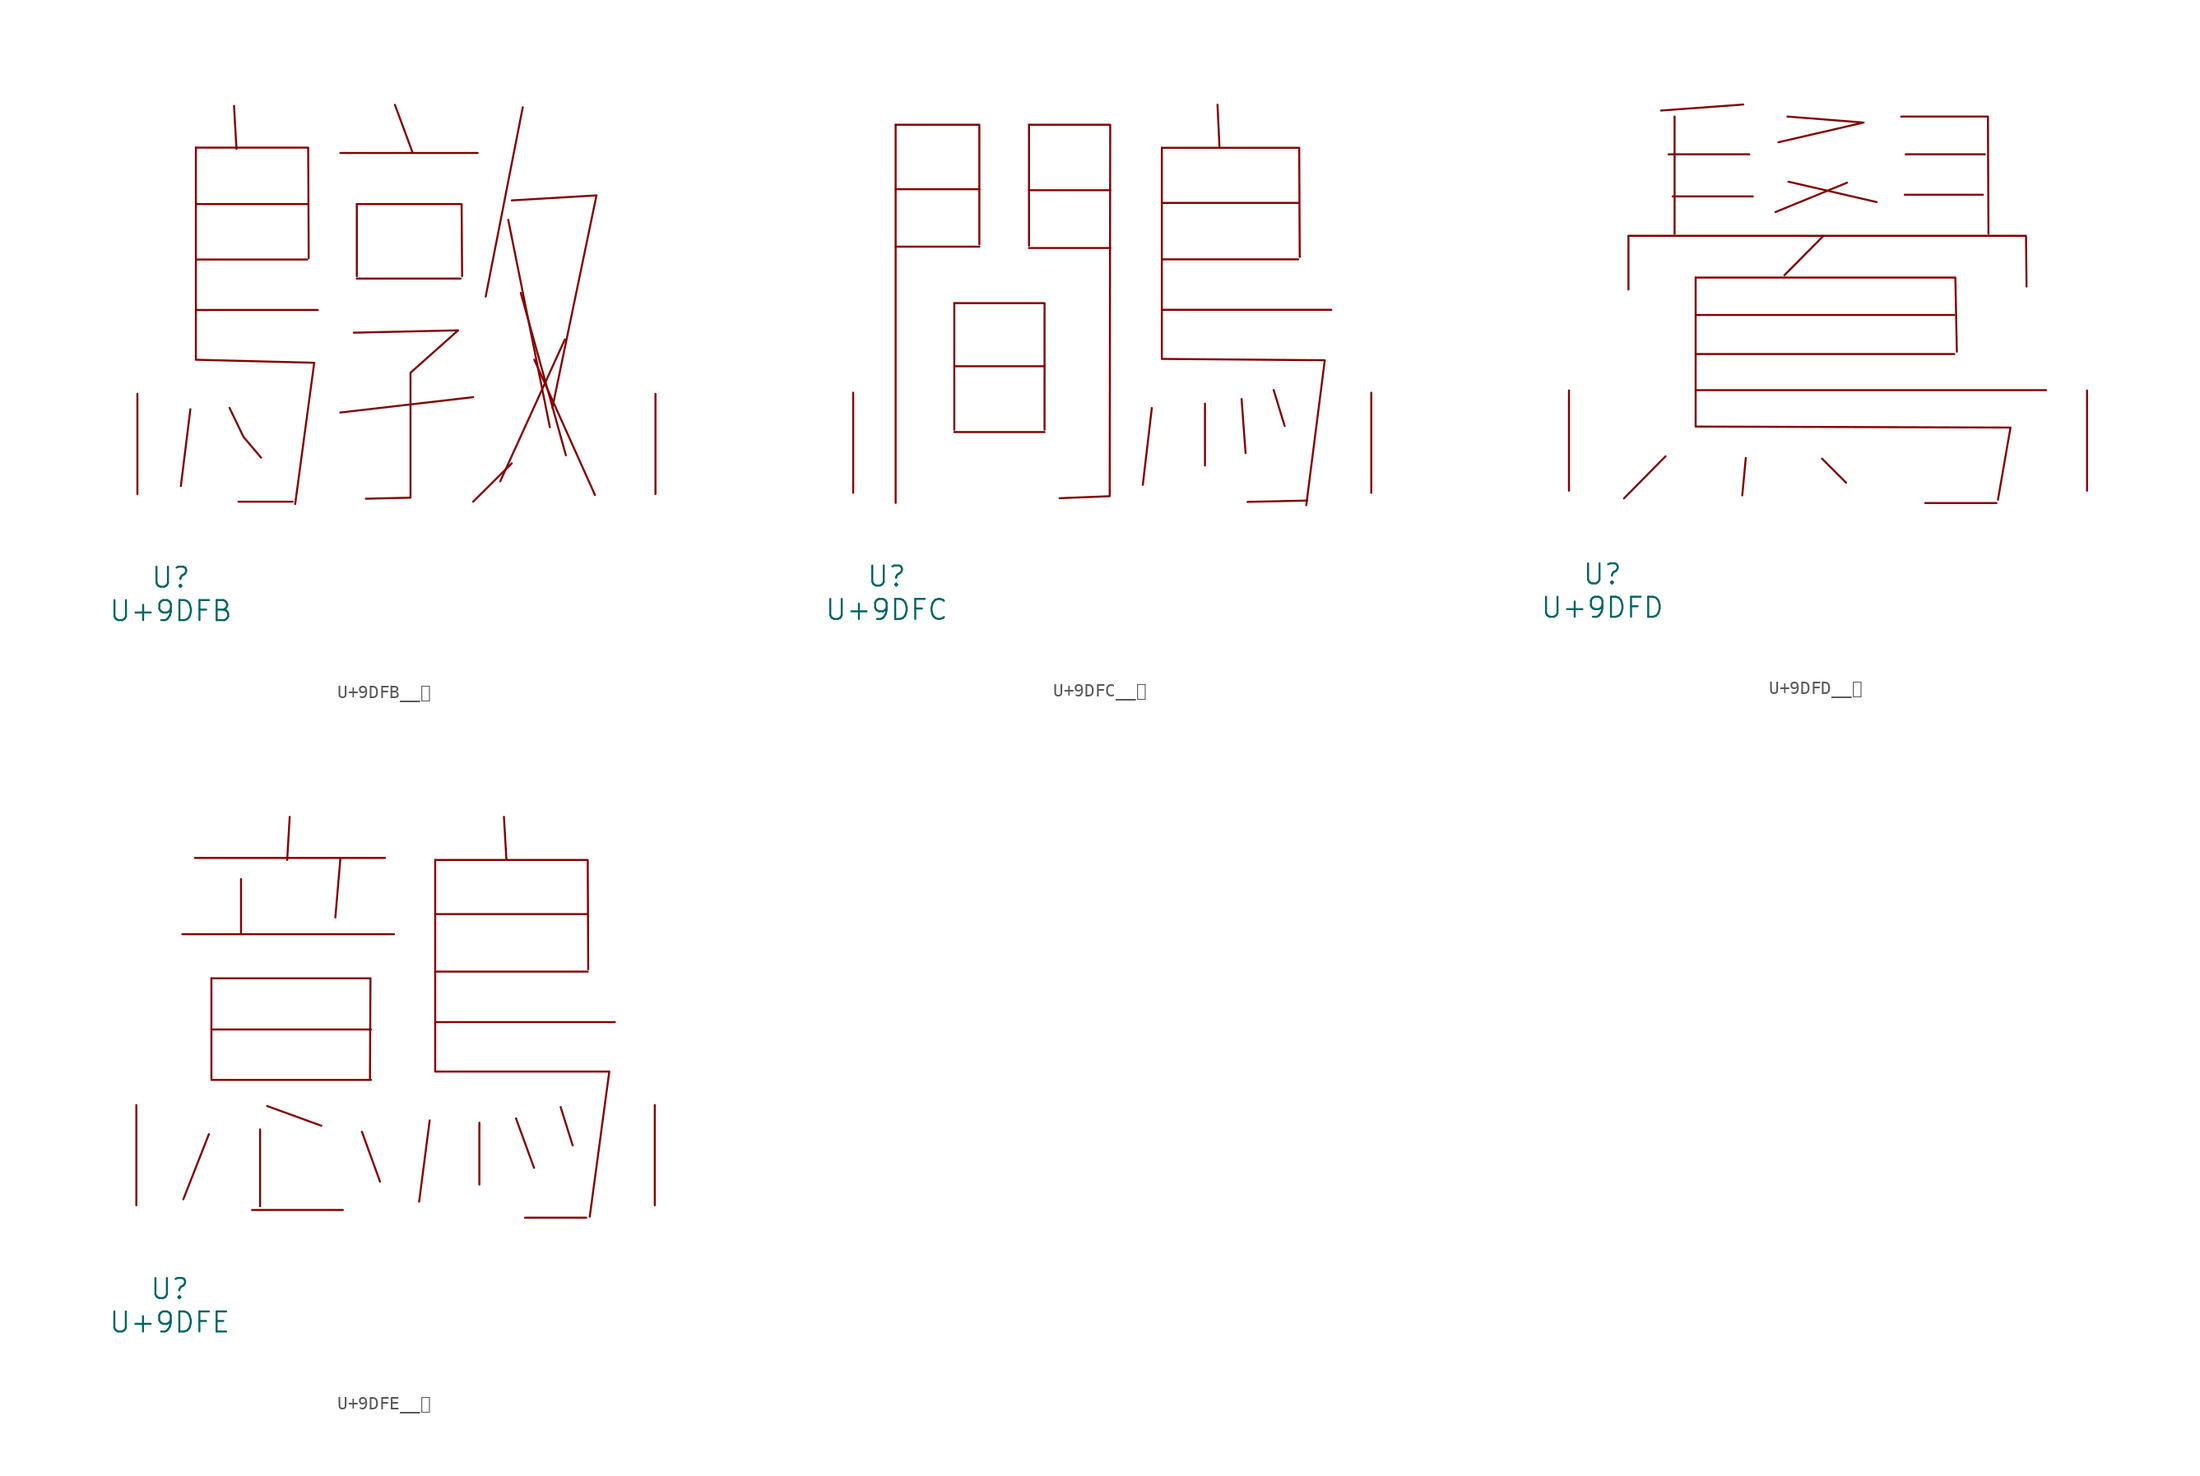
<source format=kicad_sym>
(kicad_symbol_lib
  (version 20231120)
  (generator "kicad_symbol_editor")
  (generator_version "8.0")
  (symbol "U+9DFB__鷻"
    (pin_names
      (offset 1.016))
    (property "Reference" "U"
      (at 0 -6.35 0)
      (effects (font (size 1.524 1.524))))
    (property "Value" "U+9DFB"
      (at 0 -8.89 0)
      (effects (font (size 1.524 1.524))))
    (symbol "U+9DFB__鷻_0_1"
      (polyline (pts (xy 1.486 6.452) (xy 0.762 0.61)) (stroke (width 0) (type solid)) (fill (type none)))
      (polyline (pts (xy 1.905 13.995) (xy 11.163 13.995)) (stroke (width 0) (type solid)) (fill (type none)))
      (polyline (pts (xy 1.905 17.831) (xy 10.363 17.831)) (stroke (width 0) (type solid)) (fill (type none)))
      (polyline (pts (xy 1.905 22.047) (xy 10.363 22.047)) (stroke (width 0) (type solid)) (fill (type none)))
      (polyline (pts (xy 4.801 29.515) (xy 4.991 26.238)) (stroke (width 0) (type solid)) (fill (type none)))
      (polyline (pts (xy 9.258 -0.584) (xy 5.144 -0.584)) (stroke (width 0) (type solid)) (fill (type none)))
      (polyline (pts (xy 12.878 25.933) (xy 23.317 25.933)) (stroke (width 0) (type solid)) (fill (type none)))
      (polyline (pts (xy 14.135 16.383) (xy 22.022 16.383)) (stroke (width 0) (type solid)) (fill (type none)))
      (polyline (pts (xy 14.135 22.047) (xy 14.135 16.561)) (stroke (width 0) (type solid)) (fill (type none)))
      (polyline (pts (xy 17.031 29.591) (xy 18.364 25.984)) (stroke (width 0) (type solid)) (fill (type none)))
      (polyline (pts (xy 22.974 7.366) (xy 12.878 6.198)) (stroke (width 0) (type solid)) (fill (type none)))
      (polyline (pts (xy 25.641 20.853) (xy 28.804 5.08)) (stroke (width 0) (type solid)) (fill (type none)))
      (polyline (pts (xy 25.908 2.337) (xy 22.974 -0.584)) (stroke (width 0) (type solid)) (fill (type none)))
      (polyline (pts (xy 26.594 15.291) (xy 30.023 2.946)) (stroke (width 0) (type solid)) (fill (type none)))
      (polyline (pts (xy 26.746 29.413) (xy 23.927 15.011)) (stroke (width 0) (type solid)) (fill (type none)))
      (polyline (pts (xy 27.622 10.211) (xy 32.233 -0.076)) (stroke (width 0) (type solid)) (fill (type none)))
      (polyline (pts (xy 29.947 11.76) (xy 25.032 0.965)) (stroke (width 0) (type solid)) (fill (type none)))
      (polyline (pts (xy 1.905 26.34) (xy 10.439 26.34) (xy 10.477 17.932)) (stroke (width 0) (type solid)) (fill (type none)))
      (polyline (pts (xy 4.458 6.553) (xy 5.524 4.343) (xy 6.858 2.769)) (stroke (width 0) (type solid)) (fill (type none)))
      (polyline (pts (xy 14.135 22.047) (xy 22.098 22.047) (xy 22.136 16.561)) (stroke (width 0) (type solid)) (fill (type none)))
      (polyline (pts (xy 25.908 22.327) (xy 32.347 22.708) (xy 28.994 6.553)) (stroke (width 0) (type solid)) (fill (type none)))
      (polyline (pts (xy 1.905 26.34) (xy 1.905 10.211) (xy 10.897 9.982) (xy 9.449 -0.762)) (stroke (width 0) (type solid)) (fill (type none)))
      (polyline (pts (xy 13.906 12.268) (xy 21.831 12.446) (xy 18.212 9.22) (xy 18.212 -0.279) (xy 14.821 -0.356)) (stroke (width 0) (type solid)) (fill (type none)))
      (pin input line (at -2.54 0 90) (length 7.62) (name "~" (effects (font (size 1.27 1.27)))) (number "~" (effects (font (size 1.27 1.27)))))
      (pin input line (at 36.83 0 90) (length 7.62) (name "~" (effects (font (size 1.27 1.27)))) (number "~" (effects (font (size 1.27 1.27)))))))
  (symbol "U+9DFC__鷼"
    (pin_names
      (offset 1.016))
    (property "Reference" "U"
      (at 0 -6.35 0)
      (effects (font (size 1.524 1.524))))
    (property "Value" "U+9DFC"
      (at 0 -8.89 0)
      (effects (font (size 1.524 1.524))))
    (symbol "U+9DFC__鷼_0_1"
      (polyline (pts (xy 0.686 18.72) (xy 7.048 18.72)) (stroke (width 0) (type solid)) (fill (type none)))
      (polyline (pts (xy 0.686 23.089) (xy 7.048 23.089)) (stroke (width 0) (type solid)) (fill (type none)))
      (polyline (pts (xy 0.686 27.991) (xy 0.686 -0.762)) (stroke (width 0) (type solid)) (fill (type none)))
      (polyline (pts (xy 5.144 4.623) (xy 12.002 4.623)) (stroke (width 0) (type solid)) (fill (type none)))
      (polyline (pts (xy 5.144 9.627) (xy 12.002 9.627)) (stroke (width 0) (type solid)) (fill (type none)))
      (polyline (pts (xy 5.144 14.427) (xy 5.144 4.801)) (stroke (width 0) (type solid)) (fill (type none)))
      (polyline (pts (xy 10.82 18.618) (xy 16.993 18.618)) (stroke (width 0) (type solid)) (fill (type none)))
      (polyline (pts (xy 10.82 23.012) (xy 16.993 23.012)) (stroke (width 0) (type solid)) (fill (type none)))
      (polyline (pts (xy 10.82 27.991) (xy 10.82 18.796)) (stroke (width 0) (type solid)) (fill (type none)))
      (polyline (pts (xy 20.155 6.452) (xy 19.469 0.61)) (stroke (width 0) (type solid)) (fill (type none)))
      (polyline (pts (xy 20.917 13.919) (xy 33.795 13.919)) (stroke (width 0) (type solid)) (fill (type none)))
      (polyline (pts (xy 20.917 17.755) (xy 31.28 17.755)) (stroke (width 0) (type solid)) (fill (type none)))
      (polyline (pts (xy 20.917 22.047) (xy 31.28 22.047)) (stroke (width 0) (type solid)) (fill (type none)))
      (polyline (pts (xy 24.194 6.782) (xy 24.194 2.083)) (stroke (width 0) (type solid)) (fill (type none)))
      (polyline (pts (xy 25.146 29.515) (xy 25.298 26.238)) (stroke (width 0) (type solid)) (fill (type none)))
      (polyline (pts (xy 26.975 7.137) (xy 27.28 3.023)) (stroke (width 0) (type solid)) (fill (type none)))
      (polyline (pts (xy 29.413 7.823) (xy 30.251 5.08)) (stroke (width 0) (type solid)) (fill (type none)))
      (polyline (pts (xy 31.966 -0.584) (xy 27.432 -0.686)) (stroke (width 0) (type solid)) (fill (type none)))
      (polyline (pts (xy 0.686 27.991) (xy 7.048 27.991) (xy 7.048 18.898)) (stroke (width 0) (type solid)) (fill (type none)))
      (polyline (pts (xy 5.144 14.427) (xy 12.002 14.427) (xy 12.002 4.801)) (stroke (width 0) (type solid)) (fill (type none)))
      (polyline (pts (xy 20.917 26.238) (xy 31.356 26.238) (xy 31.394 17.932)) (stroke (width 0) (type solid)) (fill (type none)))
      (polyline (pts (xy 10.82 27.991) (xy 16.993 27.991) (xy 16.954 -0.254) (xy 13.145 -0.406)) (stroke (width 0) (type solid)) (fill (type none)))
      (polyline (pts (xy 20.917 26.238) (xy 20.917 10.185) (xy 33.299 10.084) (xy 31.89 -0.94)) (stroke (width 0) (type solid)) (fill (type none)))
      (pin input line (at -2.54 0 90) (length 7.62) (name "~" (effects (font (size 1.27 1.27)))) (number "~" (effects (font (size 1.27 1.27)))))
      (pin input line (at 36.83 0 90) (length 7.62) (name "~" (effects (font (size 1.27 1.27)))) (number "~" (effects (font (size 1.27 1.27)))))))
  (symbol "U+9DFD__鷽"
    (pin_names
      (offset 1.016))
    (property "Reference" "U"
      (at 0 -6.35 0)
      (effects (font (size 1.524 1.524))))
    (property "Value" "U+9DFD"
      (at 0 -8.89 0)
      (effects (font (size 1.524 1.524))))
    (symbol "U+9DFD__鷽_0_1"
      (polyline (pts (xy 1.981 19.38) (xy 1.981 15.291)) (stroke (width 0) (type solid)) (fill (type none)))
      (polyline (pts (xy 4.801 2.616) (xy 1.638 -0.584)) (stroke (width 0) (type solid)) (fill (type none)))
      (polyline (pts (xy 5.029 25.578) (xy 11.163 25.578)) (stroke (width 0) (type solid)) (fill (type none)))
      (polyline (pts (xy 5.334 22.377) (xy 11.43 22.377)) (stroke (width 0) (type solid)) (fill (type none)))
      (polyline (pts (xy 5.486 28.448) (xy 5.486 19.533)) (stroke (width 0) (type solid)) (fill (type none)))
      (polyline (pts (xy 7.087 7.645) (xy 33.718 7.645)) (stroke (width 0) (type solid)) (fill (type none)))
      (polyline (pts (xy 7.087 10.389) (xy 26.746 10.389)) (stroke (width 0) (type solid)) (fill (type none)))
      (polyline (pts (xy 7.087 13.36) (xy 26.746 13.36)) (stroke (width 0) (type solid)) (fill (type none)))
      (polyline (pts (xy 10.706 29.362) (xy 4.458 28.905)) (stroke (width 0) (type solid)) (fill (type none)))
      (polyline (pts (xy 10.897 2.489) (xy 10.63 -0.356)) (stroke (width 0) (type solid)) (fill (type none)))
      (polyline (pts (xy 14.135 23.495) (xy 20.841 21.946)) (stroke (width 0) (type solid)) (fill (type none)))
      (polyline (pts (xy 16.688 2.438) (xy 18.517 0.61)) (stroke (width 0) (type solid)) (fill (type none)))
      (polyline (pts (xy 16.802 19.38) (xy 13.83 16.383)) (stroke (width 0) (type solid)) (fill (type none)))
      (polyline (pts (xy 18.593 23.419) (xy 13.145 21.184)) (stroke (width 0) (type solid)) (fill (type none)))
      (polyline (pts (xy 22.974 22.504) (xy 28.918 22.504)) (stroke (width 0) (type solid)) (fill (type none)))
      (polyline (pts (xy 23.05 25.578) (xy 29.07 25.578)) (stroke (width 0) (type solid)) (fill (type none)))
      (polyline (pts (xy 24.536 -0.94) (xy 29.947 -0.94)) (stroke (width 0) (type solid)) (fill (type none)))
      (polyline (pts (xy 1.981 19.38) (xy 32.194 19.38) (xy 32.233 15.519)) (stroke (width 0) (type solid)) (fill (type none)))
      (polyline (pts (xy 7.087 16.205) (xy 26.822 16.205) (xy 26.937 10.566)) (stroke (width 0) (type solid)) (fill (type none)))
      (polyline (pts (xy 14.059 28.448) (xy 19.85 27.991) (xy 13.373 26.492)) (stroke (width 0) (type solid)) (fill (type none)))
      (polyline (pts (xy 22.708 28.448) (xy 29.299 28.448) (xy 29.337 19.533)) (stroke (width 0) (type solid)) (fill (type none)))
      (polyline (pts (xy 7.087 16.205) (xy 7.087 4.877) (xy 31.013 4.801) (xy 30.061 -0.686)) (stroke (width 0) (type solid)) (fill (type none)))
      (pin input line (at -2.54 0 90) (length 7.62) (name "~" (effects (font (size 1.27 1.27)))) (number "~" (effects (font (size 1.27 1.27)))))
      (pin input line (at 36.83 0 90) (length 7.62) (name "~" (effects (font (size 1.27 1.27)))) (number "~" (effects (font (size 1.27 1.27)))))))
  (symbol "U+9DFE__鷾"
    (pin_names
      (offset 1.016))
    (property "Reference" "U"
      (at 0 -6.35 0)
      (effects (font (size 1.524 1.524))))
    (property "Value" "U+9DFE"
      (at 0 -8.89 0)
      (effects (font (size 1.524 1.524))))
    (symbol "U+9DFE__鷾_0_1"
      (polyline (pts (xy 0.953 20.599) (xy 17.031 20.599)) (stroke (width 0) (type solid)) (fill (type none)))
      (polyline (pts (xy 1.905 26.391) (xy 16.345 26.391)) (stroke (width 0) (type solid)) (fill (type none)))
      (polyline (pts (xy 2.972 5.41) (xy 1.029 0.457)) (stroke (width 0) (type solid)) (fill (type none)))
      (polyline (pts (xy 3.162 9.525) (xy 15.278 9.525)) (stroke (width 0) (type solid)) (fill (type none)))
      (polyline (pts (xy 3.162 13.36) (xy 15.278 13.36)) (stroke (width 0) (type solid)) (fill (type none)))
      (polyline (pts (xy 3.162 17.247) (xy 3.162 9.627)) (stroke (width 0) (type solid)) (fill (type none)))
      (polyline (pts (xy 5.41 24.79) (xy 5.41 20.676)) (stroke (width 0) (type solid)) (fill (type none)))
      (polyline (pts (xy 6.248 -0.356) (xy 13.145 -0.356)) (stroke (width 0) (type solid)) (fill (type none)))
      (polyline (pts (xy 6.858 5.766) (xy 6.858 -0.076)) (stroke (width 0) (type solid)) (fill (type none)))
      (polyline (pts (xy 7.391 7.544) (xy 11.506 6.045)) (stroke (width 0) (type solid)) (fill (type none)))
      (polyline (pts (xy 9.106 29.515) (xy 8.915 26.238)) (stroke (width 0) (type solid)) (fill (type none)))
      (polyline (pts (xy 12.954 26.34) (xy 12.573 21.869)) (stroke (width 0) (type solid)) (fill (type none)))
      (polyline (pts (xy 14.592 5.588) (xy 15.964 1.803)) (stroke (width 0) (type solid)) (fill (type none)))
      (polyline (pts (xy 19.736 6.452) (xy 18.936 0.279)) (stroke (width 0) (type solid)) (fill (type none)))
      (polyline (pts (xy 20.155 13.919) (xy 33.795 13.919)) (stroke (width 0) (type solid)) (fill (type none)))
      (polyline (pts (xy 20.155 17.755) (xy 31.737 17.755)) (stroke (width 0) (type solid)) (fill (type none)))
      (polyline (pts (xy 20.155 22.123) (xy 31.737 22.123)) (stroke (width 0) (type solid)) (fill (type none)))
      (polyline (pts (xy 23.508 6.274) (xy 23.508 1.575)) (stroke (width 0) (type solid)) (fill (type none)))
      (polyline (pts (xy 25.375 29.515) (xy 25.565 26.238)) (stroke (width 0) (type solid)) (fill (type none)))
      (polyline (pts (xy 26.289 6.604) (xy 27.661 2.845)) (stroke (width 0) (type solid)) (fill (type none)))
      (polyline (pts (xy 26.975 -0.94) (xy 31.623 -0.94)) (stroke (width 0) (type solid)) (fill (type none)))
      (polyline (pts (xy 29.68 7.468) (xy 30.594 4.547)) (stroke (width 0) (type solid)) (fill (type none)))
      (polyline (pts (xy 3.162 17.247) (xy 15.24 17.247) (xy 15.202 9.627)) (stroke (width 0) (type solid)) (fill (type none)))
      (polyline (pts (xy 20.155 26.238) (xy 31.737 26.238) (xy 31.775 17.932)) (stroke (width 0) (type solid)) (fill (type none)))
      (polyline (pts (xy 20.155 26.238) (xy 20.155 10.16) (xy 33.376 10.16) (xy 31.89 -0.864)) (stroke (width 0) (type solid)) (fill (type none)))
      (pin input line (at -2.54 0 90) (length 7.62) (name "~" (effects (font (size 1.27 1.27)))) (number "~" (effects (font (size 1.27 1.27)))))
      (pin input line (at 36.83 0 90) (length 7.62) (name "~" (effects (font (size 1.27 1.27)))) (number "~" (effects (font (size 1.27 1.27))))))))
</source>
